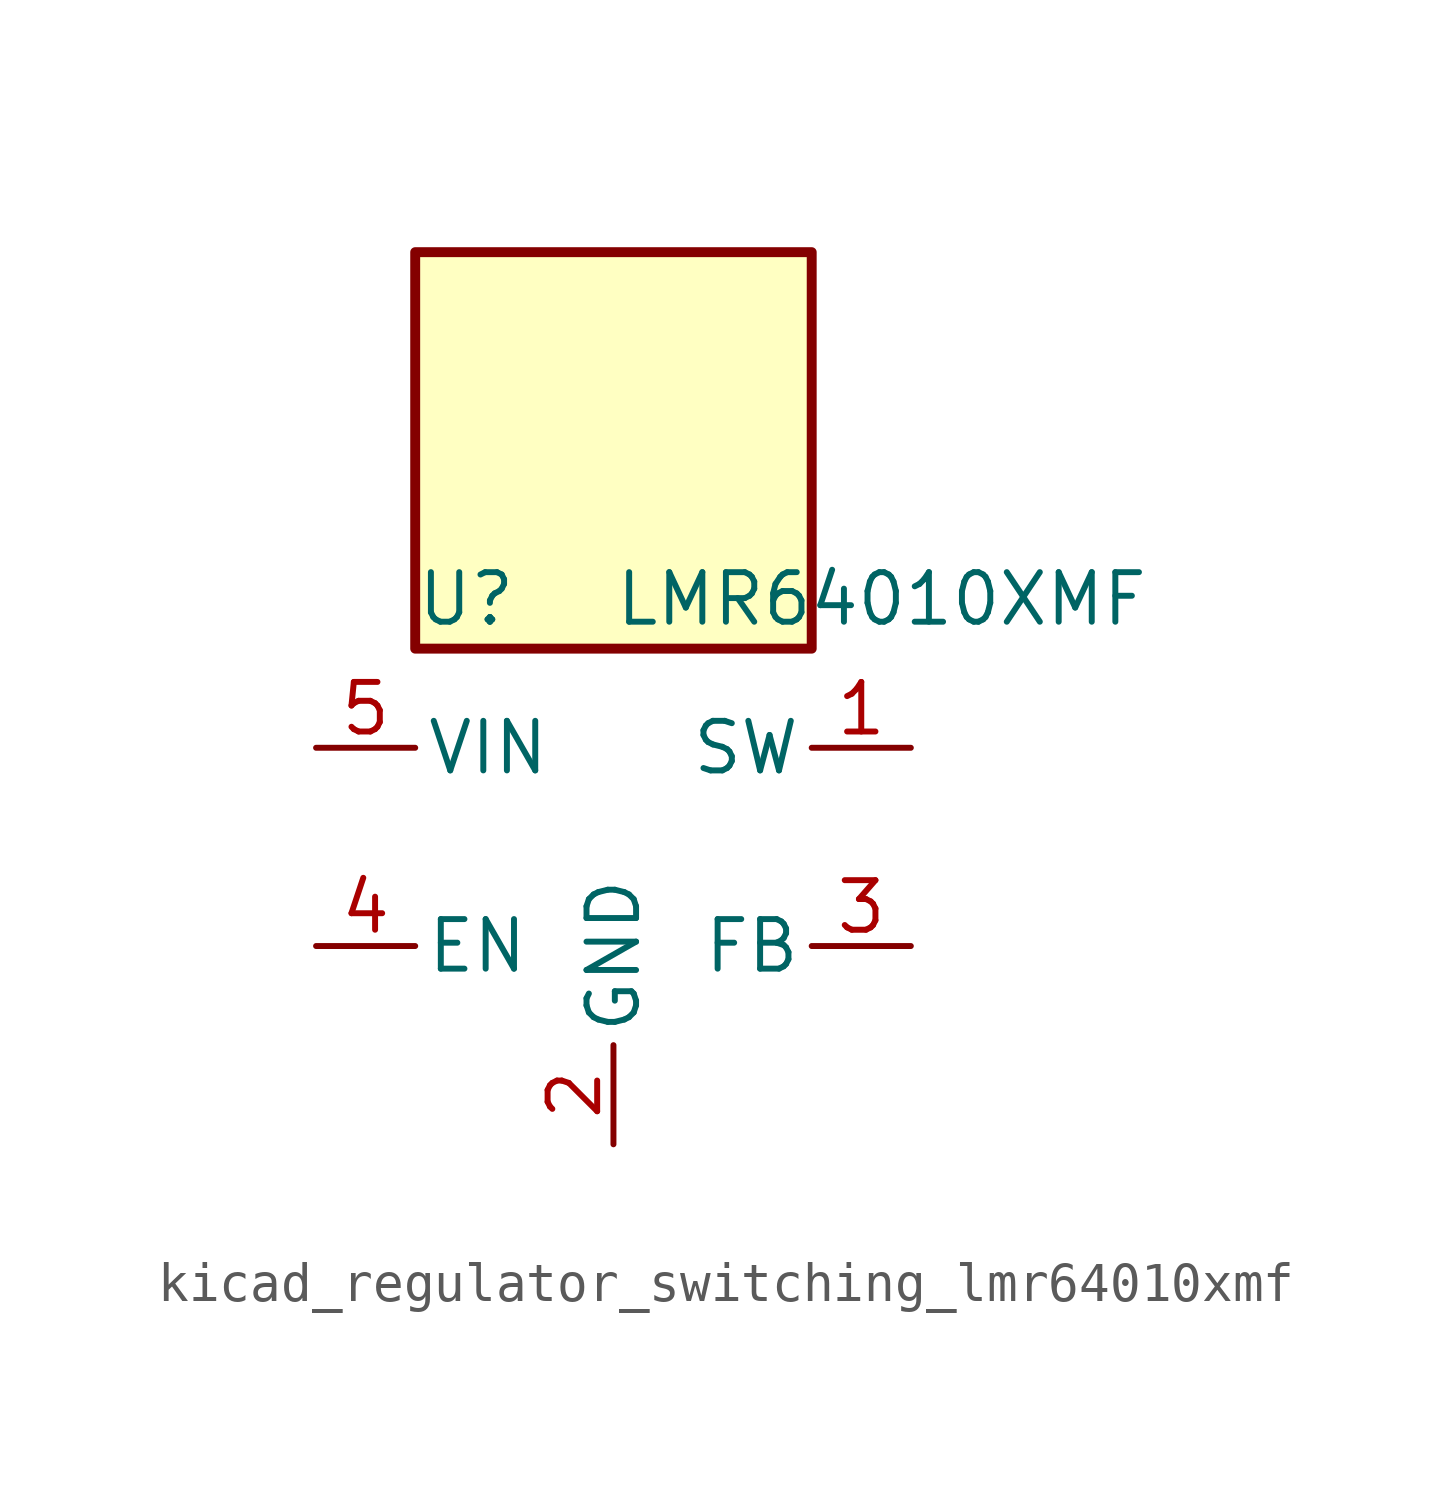
<source format=kicad_sym>
(kicad_symbol_lib
  (version 20220914)
  (generator kicad_symbol_editor)
  (symbol "kicad_regulator_switching_lmr64010xmf"
    (pin_names
      (offset 0.254))
    (property "Reference" "U"
      (at -5.08 6.35 0)
      (effects (font (size 1.27 1.27)) (justify left)))
    (property "Value" "LMR64010XMF"
      (at 0 6.35 0)
      (effects (font (size 1.27 1.27)) (justify left)))
    (symbol "kicad_regulator_switching_lmr64010xmf_0_1"
      (rectangle (start 5.08 15.24) (end -5.08 5.08) (stroke (width 0.254) (type default)) (fill (type background))))
    (symbol "kicad_regulator_switching_lmr64010xmf_1_1"
      (pin output line (at 7.62 2.54 180) (length 2.54) (name "SW" (effects (font (size 1.27 1.27)))) (number "1" (effects (font (size 1.27 1.27)))))
      (pin power_in line (at 0 -7.62 90) (length 2.54) (name "GND" (effects (font (size 1.27 1.27)))) (number "2" (effects (font (size 1.27 1.27)))))
      (pin input line (at 7.62 -2.54 180) (length 2.54) (name "FB" (effects (font (size 1.27 1.27)))) (number "3" (effects (font (size 1.27 1.27)))))
      (pin input line (at -7.62 -2.54 0) (length 2.54) (name "EN" (effects (font (size 1.27 1.27)))) (number "4" (effects (font (size 1.27 1.27)))))
      (pin input line (at -7.62 2.54 0) (length 2.54) (name "VIN" (effects (font (size 1.27 1.27)))) (number "5" (effects (font (size 1.27 1.27))))))))
</source>
